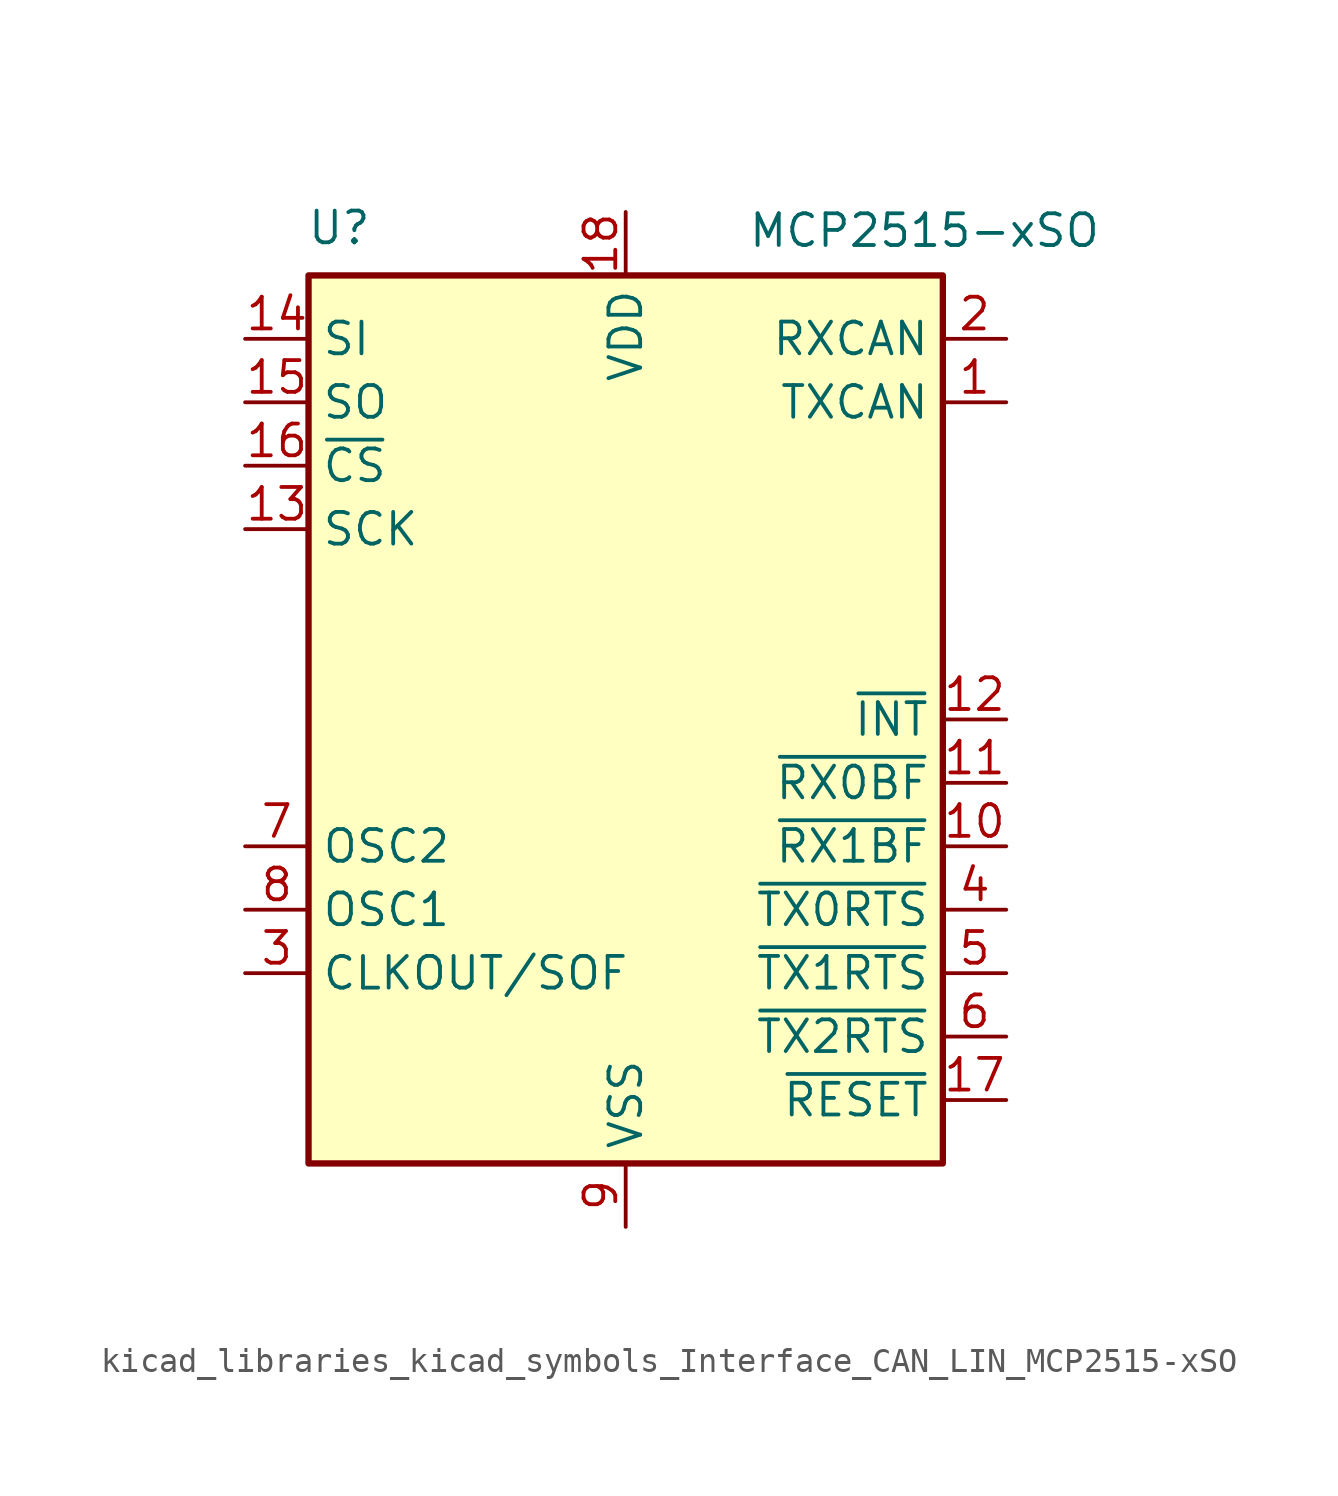
<source format=kicad_sym>
(kicad_symbol_lib
  (version 20220914)
  (generator kicad_symbol_editor)
  (symbol "kicad_libraries_kicad_symbols_Interface_CAN_LIN_MCP2515-xSO"
    (property "Reference" "U"
      (at -10.16 19.685 0)
      (effects (font (size 1.27 1.27)) (justify right)))
    (property "Value" "MCP2515-xSO"
      (at 19.05 20.32 0)
      (effects (font (size 1.27 1.27)) (justify right top)))
    (symbol "kicad_libraries_kicad_symbols_Interface_CAN_LIN_MCP2515-xSO_0_1"
      (rectangle (start -12.7 17.78) (end 12.7 -17.78) (stroke (width 0.254) (type default)) (fill (type background))))
    (symbol "kicad_libraries_kicad_symbols_Interface_CAN_LIN_MCP2515-xSO_1_1"
      (pin output line (at 15.24 12.7 180) (length 2.54) (name "TXCAN" (effects (font (size 1.27 1.27)))) (number "1" (effects (font (size 1.27 1.27)))))
      (pin output line (at 15.24 -5.08 180) (length 2.54) (name "~{RX1BF}" (effects (font (size 1.27 1.27)))) (number "10" (effects (font (size 1.27 1.27)))))
      (pin output line (at 15.24 -2.54 180) (length 2.54) (name "~{RX0BF}" (effects (font (size 1.27 1.27)))) (number "11" (effects (font (size 1.27 1.27)))))
      (pin output line (at 15.24 0 180) (length 2.54) (name "~{INT}" (effects (font (size 1.27 1.27)))) (number "12" (effects (font (size 1.27 1.27)))))
      (pin input line (at -15.24 7.62 0) (length 2.54) (name "SCK" (effects (font (size 1.27 1.27)))) (number "13" (effects (font (size 1.27 1.27)))))
      (pin input line (at -15.24 15.24 0) (length 2.54) (name "SI" (effects (font (size 1.27 1.27)))) (number "14" (effects (font (size 1.27 1.27)))))
      (pin output line (at -15.24 12.7 0) (length 2.54) (name "SO" (effects (font (size 1.27 1.27)))) (number "15" (effects (font (size 1.27 1.27)))))
      (pin input line (at -15.24 10.16 0) (length 2.54) (name "~{CS}" (effects (font (size 1.27 1.27)))) (number "16" (effects (font (size 1.27 1.27)))))
      (pin input line (at 15.24 -15.24 180) (length 2.54) (name "~{RESET}" (effects (font (size 1.27 1.27)))) (number "17" (effects (font (size 1.27 1.27)))))
      (pin power_in line (at 0 20.32 270) (length 2.54) (name "VDD" (effects (font (size 1.27 1.27)))) (number "18" (effects (font (size 1.27 1.27)))))
      (pin input line (at 15.24 15.24 180) (length 2.54) (name "RXCAN" (effects (font (size 1.27 1.27)))) (number "2" (effects (font (size 1.27 1.27)))))
      (pin output line (at -15.24 -10.16 0) (length 2.54) (name "CLKOUT/SOF" (effects (font (size 1.27 1.27)))) (number "3" (effects (font (size 1.27 1.27)))))
      (pin input line (at 15.24 -7.62 180) (length 2.54) (name "~{TX0RTS}" (effects (font (size 1.27 1.27)))) (number "4" (effects (font (size 1.27 1.27)))))
      (pin input line (at 15.24 -10.16 180) (length 2.54) (name "~{TX1RTS}" (effects (font (size 1.27 1.27)))) (number "5" (effects (font (size 1.27 1.27)))))
      (pin input line (at 15.24 -12.7 180) (length 2.54) (name "~{TX2RTS}" (effects (font (size 1.27 1.27)))) (number "6" (effects (font (size 1.27 1.27)))))
      (pin output line (at -15.24 -5.08 0) (length 2.54) (name "OSC2" (effects (font (size 1.27 1.27)))) (number "7" (effects (font (size 1.27 1.27)))))
      (pin input line (at -15.24 -7.62 0) (length 2.54) (name "OSC1" (effects (font (size 1.27 1.27)))) (number "8" (effects (font (size 1.27 1.27)))))
      (pin power_in line (at 0 -20.32 90) (length 2.54) (name "VSS" (effects (font (size 1.27 1.27)))) (number "9" (effects (font (size 1.27 1.27))))))))
</source>
